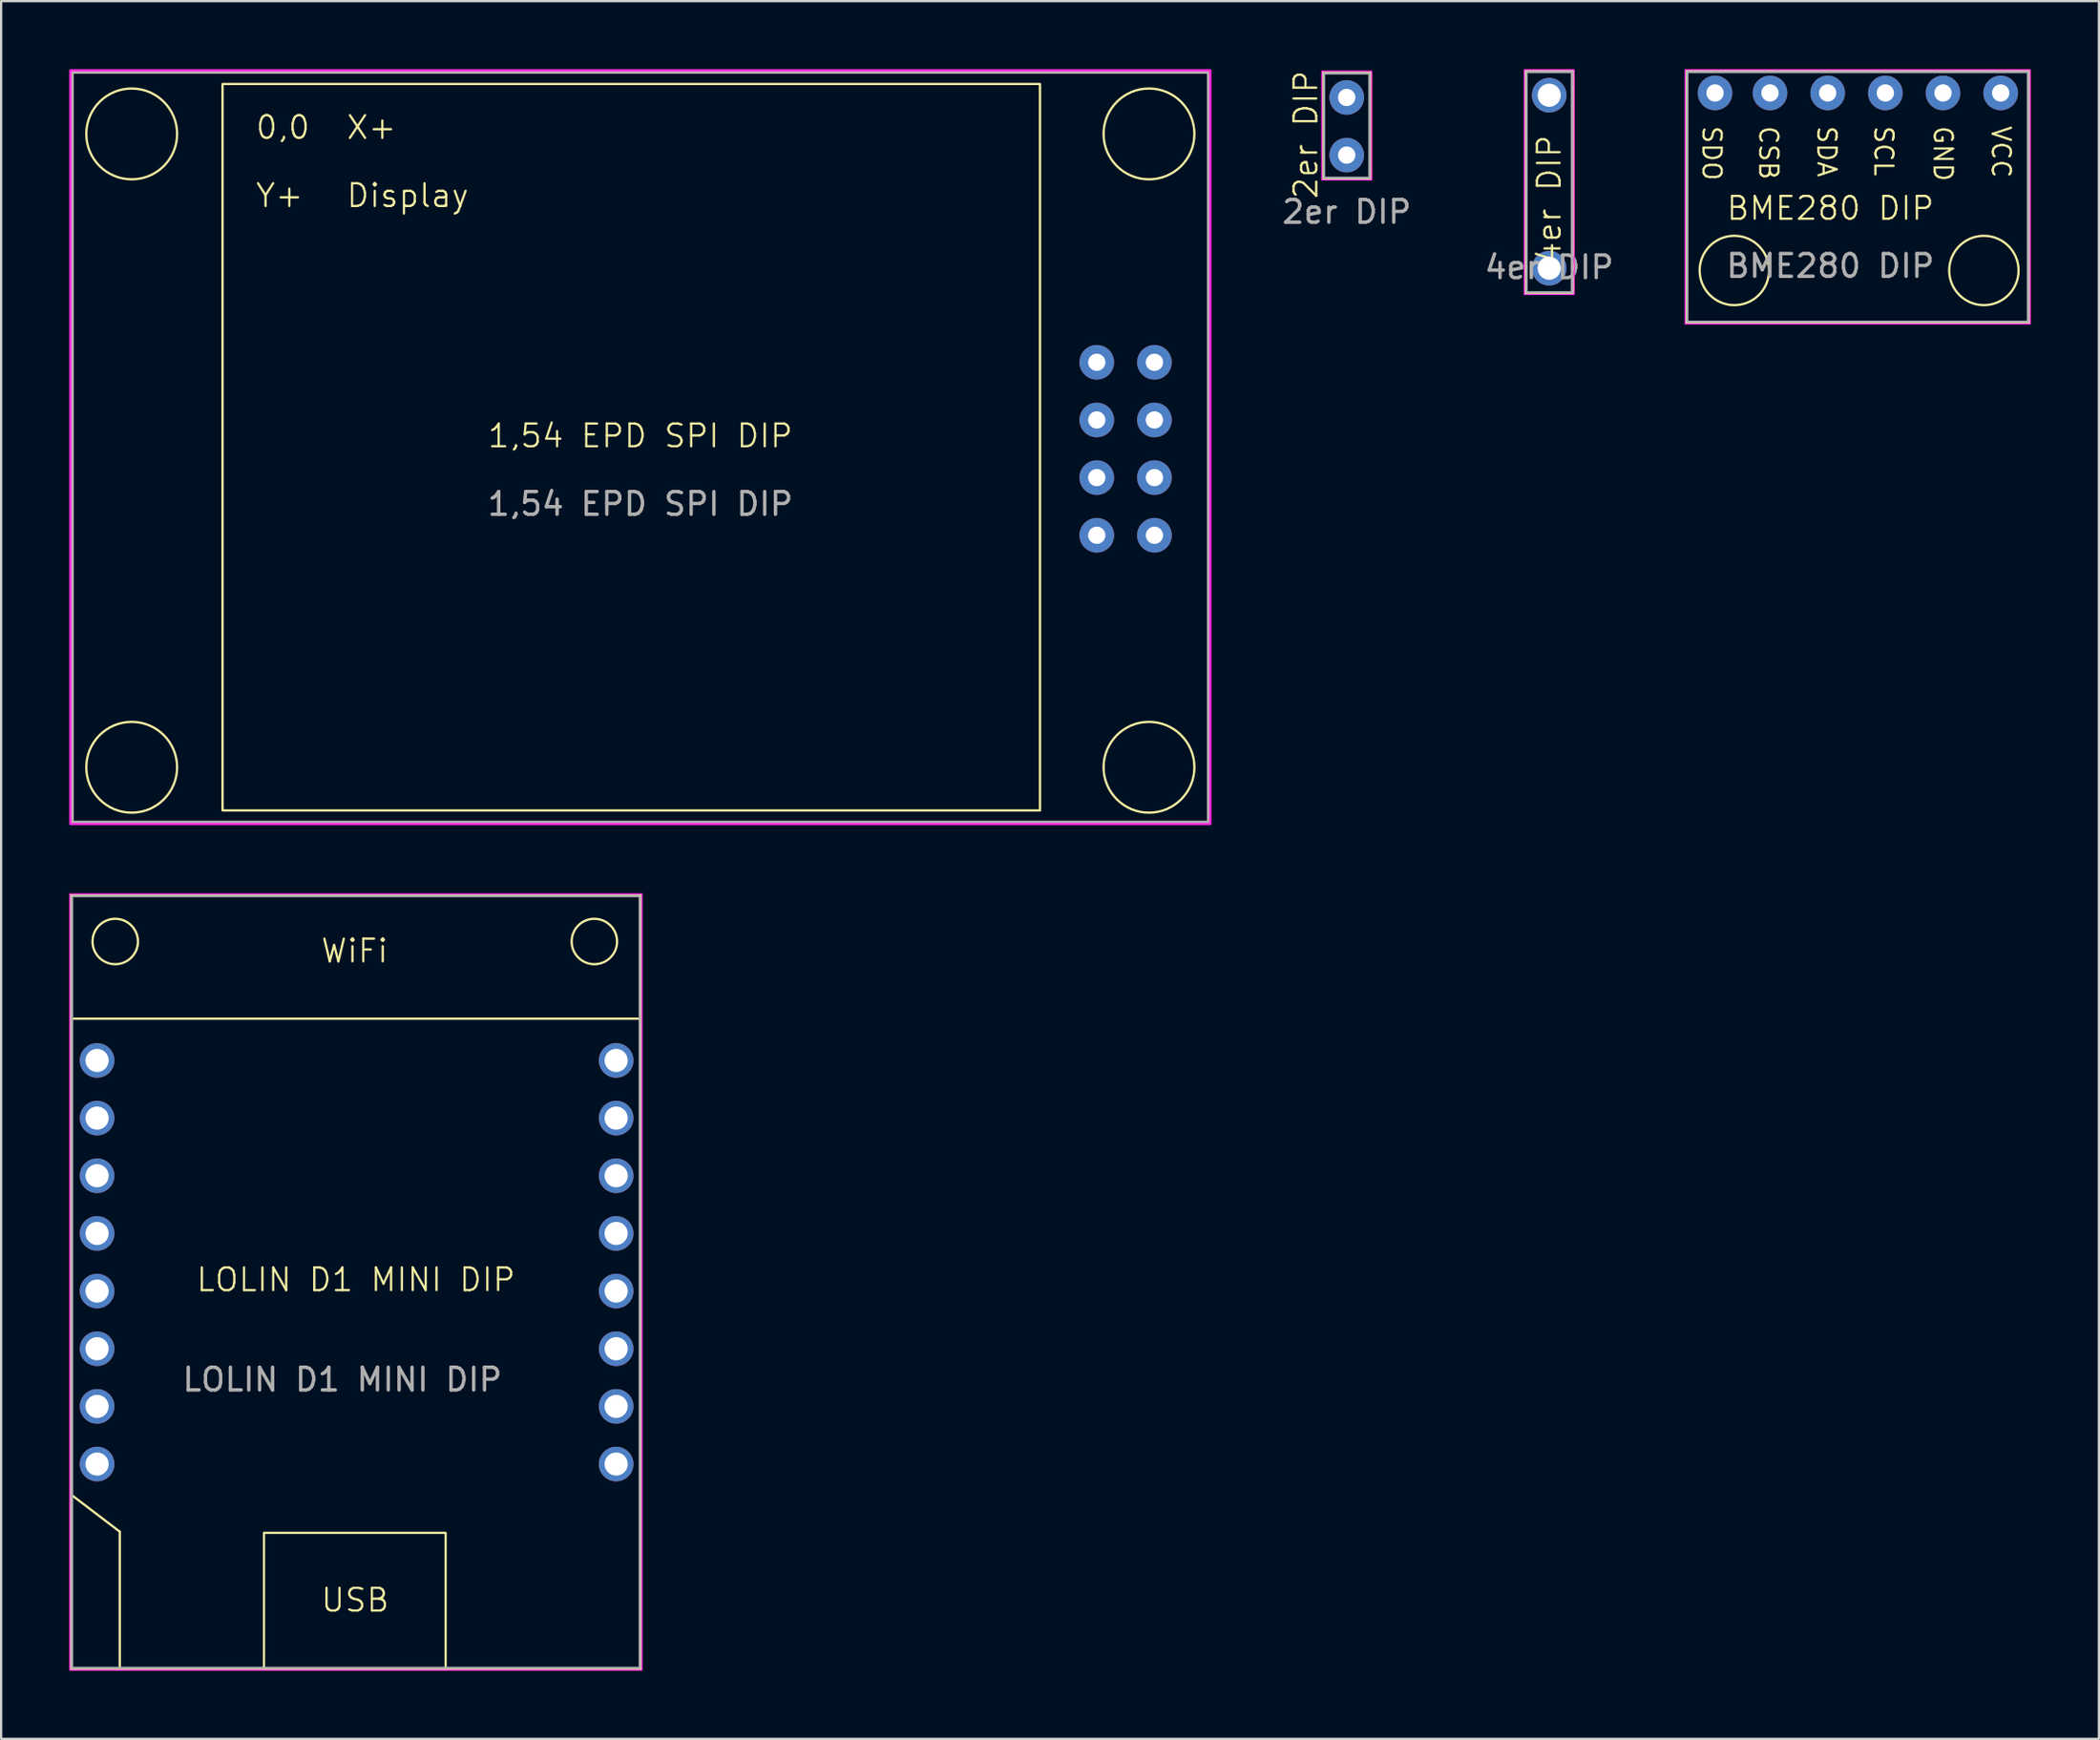
<source format=kicad_pcb>
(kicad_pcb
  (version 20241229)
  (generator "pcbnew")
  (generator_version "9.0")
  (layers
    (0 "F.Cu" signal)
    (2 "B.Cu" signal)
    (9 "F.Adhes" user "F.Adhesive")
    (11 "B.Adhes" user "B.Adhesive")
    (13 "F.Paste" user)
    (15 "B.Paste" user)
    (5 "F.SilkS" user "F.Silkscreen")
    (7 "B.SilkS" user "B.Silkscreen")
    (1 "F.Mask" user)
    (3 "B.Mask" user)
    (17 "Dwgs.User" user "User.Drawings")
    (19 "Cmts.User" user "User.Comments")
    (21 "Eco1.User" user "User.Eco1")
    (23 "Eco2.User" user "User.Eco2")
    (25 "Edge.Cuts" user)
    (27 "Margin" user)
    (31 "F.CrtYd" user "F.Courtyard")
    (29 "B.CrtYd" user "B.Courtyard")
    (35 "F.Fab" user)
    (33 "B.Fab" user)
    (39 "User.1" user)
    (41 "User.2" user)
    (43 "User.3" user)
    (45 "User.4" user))
  (footprint "BME280 DIP"
    (layer "F.Cu")
    (at 77.558 6.125)
    (property "Reference" "BME280 DIP" (at 0 0 0) (unlocked yes) (layer "F.SilkS") (effects (font (size 1 1) (thickness 0.1))))
    (attr through_hole)
    (fp_rect (start -6.35 -6.05) (end 8.75 5.05) (stroke (width 0.1) (type default)) (fill no) (layer "F.SilkS"))
    (fp_circle (center -4.23 2.74) (end -3.16 3.83) (stroke (width 0.1) (type default)) (fill no) (layer "F.SilkS"))
    (fp_circle (center 6.76 2.74) (end 8.287 2.74) (stroke (width 0.1) (type default)) (fill no) (layer "F.SilkS"))
    (fp_rect (start -6.4 -6.1) (end 8.8 5.1) (stroke (width 0.05) (type default)) (fill no) (layer "F.CrtYd"))
    (fp_rect (start -6.3 -6) (end 8.7 5) (stroke (width 0.1) (type default)) (fill no) (layer "F.Fab"))
    (fp_text user "SCL" (at 1.88 -3.69 270) (unlocked yes) (layer "F.SilkS") (effects (font (size 0.8 0.8) (thickness 0.1)) (justify left bottom)))
    (fp_text user "GND" (at 4.49 -3.69 270) (unlocked yes) (layer "F.SilkS") (effects (font (size 0.8 0.8) (thickness 0.1)) (justify left bottom)))
    (fp_text user "SDA" (at -0.63 -3.69 270) (unlocked yes) (layer "F.SilkS") (effects (font (size 0.8 0.8) (thickness 0.1)) (justify left bottom)))
    (fp_text user "VCC" (at 7.05 -3.69 270) (unlocked yes) (layer "F.SilkS") (effects (font (size 0.8 0.8) (thickness 0.1)) (justify left bottom)))
    (fp_text user "SDO" (at -5.69 -3.69 270) (unlocked yes) (layer "F.SilkS") (effects (font (size 0.8 0.8) (thickness 0.1)) (justify left bottom)))
    (fp_text user "CSB" (at -3.19 -3.69 270) (unlocked yes) (layer "F.SilkS") (effects (font (size 0.8 0.8) (thickness 0.1)) (justify left bottom)))
    (fp_text user "${REFERENCE}" (at 0 2.54 0) (unlocked yes) (layer "F.Fab") (effects (font (size 1 1) (thickness 0.15))))
    (pad "1" thru_hole circle (at 7.5 -5.08) (size 1.524 1.524) (drill 0.762) (layers "*.Cu" "*.Mask"))
    (pad "2" thru_hole circle (at 4.96 -5.08) (size 1.524 1.524) (drill 0.762) (layers "*.Cu" "*.Mask"))
    (pad "3" thru_hole circle (at 2.42 -5.08) (size 1.524 1.524) (drill 0.762) (layers "*.Cu" "*.Mask"))
    (pad "4" thru_hole circle (at -0.12 -5.08) (size 1.524 1.524) (drill 0.762) (layers "*.Cu" "*.Mask"))
    (pad "5" thru_hole circle (at -2.66 -5.08) (size 1.524 1.524) (drill 0.762) (layers "*.Cu" "*.Mask"))
    (pad "6" thru_hole circle (at -5.08 -5.08) (size 1.524 1.524) (drill 0.762) (layers "*.Cu" "*.Mask")))
  (footprint "2er DIP"
    (layer "F.Cu")
    (at 56.258 3.783)
    (property "Reference" "2er DIP" (at -1.8 -0.9 90) (unlocked yes) (layer "F.SilkS") (effects (font (size 1 1) (thickness 0.1))))
    (attr through_hole)
    (fp_rect (start -1.05 -3.65) (end 1.05 1.05) (stroke (width 0.1) (type default)) (fill no) (layer "F.SilkS"))
    (fp_rect (start -1.1 -3.7) (end 1.1 1.1) (stroke (width 0.05) (type default)) (fill no) (layer "F.CrtYd"))
    (fp_rect (start -1 -3.6) (end 1 1) (stroke (width 0.1) (type default)) (fill no) (layer "F.Fab"))
    (fp_text user "${REFERENCE}" (at 0 2.5 0) (unlocked yes) (layer "F.Fab") (effects (font (size 1 1) (thickness 0.15))))
    (pad "1" thru_hole circle (at 0 -2.54) (size 1.524 1.524) (drill 0.762) (layers "*.Cu" "*.Mask"))
    (pad "2" thru_hole circle (at 0 0) (size 1.524 1.524) (drill 0.762) (layers "*.Cu" "*.Mask")))
  (footprint "4er DIP"
    (layer "F.Cu")
    (at 65.175 6.225)
    (property "Reference" "4er DIP" (at 0 -0.5 90) (unlocked yes) (layer "F.SilkS") (effects (font (size 1 1) (thickness 0.1))))
    (attr through_hole)
    (fp_rect (start -1.05 -6.15) (end 1.05 3.65) (stroke (width 0.1) (type default)) (fill no) (layer "F.SilkS"))
    (fp_rect (start -1.1 -6.2) (end 1.1 3.7) (stroke (width 0.05) (type default)) (fill no) (layer "F.CrtYd"))
    (fp_rect (start -1 -6.1) (end 1 3.6) (stroke (width 0.1) (type default)) (fill no) (layer "F.Fab"))
    (fp_text user "${REFERENCE}" (at 0 2.5 0) (unlocked yes) (layer "F.Fab") (effects (font (size 1 1) (thickness 0.15))))
    (pad "1" thru_hole circle (at 0 -5.08) (size 1.524 1.524) (drill 1.02) (layers "*.Cu" "*.Mask"))
    (pad "2" thru_hole circle (at 0 2.54) (size 1.524 1.524) (drill 1.02) (layers "*.Cu" "*.Mask")))
  (footprint "LOLIN D1 MINI DIP"
    (layer "F.Cu")
    (at 13.925 53.825)
    (property "Reference" "LOLIN D1 MINI DIP" (at -1.3 -0.5 0) (unlocked yes) (layer "F.SilkS") (effects (font (size 1 1) (thickness 0.1))))
    (attr through_hole)
    (fp_line (start -13.8 -12) (end 11.2 -12) (stroke (width 0.1) (type default)) (layer "F.SilkS"))
    (fp_line (start -13.8 9) (end -11.7 10.6) (stroke (width 0.1) (type default)) (layer "F.SilkS"))
    (fp_line (start -11.7 10.6) (end -11.7 16.6) (stroke (width 0.1) (type default)) (layer "F.SilkS"))
    (fp_rect (start -13.85 -17.45) (end 11.25 16.65) (stroke (width 0.1) (type default)) (fill no) (layer "F.SilkS"))
    (fp_rect (start -5.35 10.65) (end 2.65 16.65) (stroke (width 0.1) (type default)) (fill no) (layer "F.SilkS"))
    (fp_circle (center -11.9 -15.4) (end -10.9 -15.4) (stroke (width 0.1) (type default)) (fill no) (layer "F.SilkS"))
    (fp_circle (center 9.2 -15.4) (end 10.2 -15.4) (stroke (width 0.1) (type default)) (fill no) (layer "F.SilkS"))
    (fp_rect (start -13.9 -17.5) (end 11.3 16.7) (stroke (width 0.05) (type default)) (fill no) (layer "F.CrtYd"))
    (fp_rect (start -13.8 -17.4) (end 11.2 16.6) (stroke (width 0.1) (type default)) (fill no) (layer "F.Fab"))
    (fp_text user "USB" (at -2.9 14.2 0) (unlocked yes) (layer "F.SilkS") (effects (font (size 1 1) (thickness 0.1)) (justify left bottom)))
    (fp_text user "WiFi" (at -2.9 -14.4 0) (unlocked yes) (layer "F.SilkS") (effects (font (size 1 1) (thickness 0.1)) (justify left bottom)))
    (fp_text user "${REFERENCE}" (at -1.9 3.9 0) (unlocked yes) (layer "F.Fab") (effects (font (size 1 1) (thickness 0.15))))
    (pad "1" thru_hole circle (at 10.16 -10.16) (size 1.524 1.524) (drill 1.02) (layers "*.Cu" "*.Mask"))
    (pad "2" thru_hole circle (at 10.16 -7.62) (size 1.524 1.524) (drill 1.02) (layers "*.Cu" "*.Mask"))
    (pad "3" thru_hole circle (at 10.16 -5.08) (size 1.524 1.524) (drill 1.02) (layers "*.Cu" "*.Mask"))
    (pad "4" thru_hole circle (at 10.16 -2.54) (size 1.524 1.524) (drill 1.02) (layers "*.Cu" "*.Mask"))
    (pad "5" thru_hole circle (at 10.16 0) (size 1.524 1.524) (drill 1.02) (layers "*.Cu" "*.Mask"))
    (pad "6" thru_hole circle (at 10.16 2.54) (size 1.524 1.524) (drill 1.02) (layers "*.Cu" "*.Mask"))
    (pad "7" thru_hole circle (at 10.16 5.08) (size 1.524 1.524) (drill 1.02) (layers "*.Cu" "*.Mask"))
    (pad "8" thru_hole circle (at 10.16 7.62) (size 1.524 1.524) (drill 1.02) (layers "*.Cu" "*.Mask"))
    (pad "9" thru_hole circle (at -12.7 7.62) (size 1.524 1.524) (drill 1.02) (layers "*.Cu" "*.Mask"))
    (pad "10" thru_hole circle (at -12.7 5.08) (size 1.524 1.524) (drill 1.02) (layers "*.Cu" "*.Mask"))
    (pad "11" thru_hole circle (at -12.7 2.54) (size 1.524 1.524) (drill 1.02) (layers "*.Cu" "*.Mask"))
    (pad "12" thru_hole circle (at -12.7 0) (size 1.524 1.524) (drill 1.02) (layers "*.Cu" "*.Mask"))
    (pad "13" thru_hole circle (at -12.7 -2.54) (size 1.524 1.524) (drill 1.02) (layers "*.Cu" "*.Mask"))
    (pad "14" thru_hole circle (at -12.7 -5.08) (size 1.524 1.524) (drill 1.02) (layers "*.Cu" "*.Mask"))
    (pad "15" thru_hole circle (at -12.7 -7.62) (size 1.524 1.524) (drill 1.02) (layers "*.Cu" "*.Mask"))
    (pad "16" thru_hole circle (at -12.7 -10.16) (size 1.524 1.524) (drill 1.02) (layers "*.Cu" "*.Mask")))
  (footprint "1,54 EPD SPI DIP"
    (layer "F.Cu")
    (at 25.15 16.65)
    (property "Reference" "1,54 EPD SPI DIP" (at 0 -0.5 0) (unlocked yes) (layer "F.SilkS") (effects (font (size 1 1) (thickness 0.1))))
    (attr through_hole)
    (fp_rect (start -25.05 -16.55) (end 25.05 16.55) (stroke (width 0.1) (type default)) (fill no) (layer "F.SilkS"))
    (fp_rect (start -18.4 -16) (end 17.6 16) (stroke (width 0.1) (type default)) (fill no) (layer "F.SilkS"))
    (fp_circle (center -22.4 -13.8) (end -20.4 -13.8) (stroke (width 0.1) (type default)) (fill no) (layer "F.SilkS"))
    (fp_circle (center -22.4 14.1) (end -20.4 14.1) (stroke (width 0.1) (type default)) (fill no) (layer "F.SilkS"))
    (fp_circle (center 22.4 -13.8) (end 24.4 -13.8) (stroke (width 0.1) (type default)) (fill no) (layer "F.SilkS"))
    (fp_circle (center 22.4 14.1) (end 24.4 14.1) (stroke (width 0.1) (type default)) (fill no) (layer "F.SilkS"))
    (fp_rect (start -25.1 -16.6) (end 25.1 16.6) (stroke (width 0.1) (type default)) (fill no) (layer "F.CrtYd"))
    (fp_rect (start -25 -16.5) (end 25 16.5) (stroke (width 0.1) (type default)) (fill no) (layer "F.Fab"))
    (fp_text user "Y+" (at -17 -10.5 0) (unlocked yes) (layer "F.SilkS") (effects (font (size 1 1) (thickness 0.1)) (justify left bottom)))
    (fp_text user "X+" (at -13 -13.5 0) (unlocked yes) (layer "F.SilkS") (effects (font (size 1 1) (thickness 0.1)) (justify left bottom)))
    (fp_text user "Display" (at -13 -10.5 0) (unlocked yes) (layer "F.SilkS") (effects (font (size 1 1) (thickness 0.1)) (justify left bottom)))
    (fp_text user "0,0" (at -17 -13.5 0) (unlocked yes) (layer "F.SilkS") (effects (font (size 1 1) (thickness 0.1)) (justify left bottom)))
    (fp_text user "${REFERENCE}" (at 0 2.5 0) (unlocked yes) (layer "F.Fab") (effects (font (size 1 1) (thickness 0.15))))
    (pad "1" thru_hole circle (at 22.64 -3.74) (size 1.524 1.524) (drill 0.762) (layers "*.Cu" "*.Mask"))
    (pad "2" thru_hole circle (at 20.1 -3.74) (size 1.524 1.524) (drill 0.762) (layers "*.Cu" "*.Mask"))
    (pad "3" thru_hole circle (at 22.64 -1.2) (size 1.524 1.524) (drill 0.762) (layers "*.Cu" "*.Mask"))
    (pad "4" thru_hole circle (at 20.1 -1.2) (size 1.524 1.524) (drill 0.762) (layers "*.Cu" "*.Mask"))
    (pad "5" thru_hole circle (at 22.64 1.34) (size 1.524 1.524) (drill 0.762) (layers "*.Cu" "*.Mask"))
    (pad "6" thru_hole circle (at 20.1 1.34) (size 1.524 1.524) (drill 0.762) (layers "*.Cu" "*.Mask"))
    (pad "7" thru_hole circle (at 22.64 3.88) (size 1.524 1.524) (drill 0.762) (layers "*.Cu" "*.Mask"))
    (pad "8" thru_hole circle (at 20.1 3.88) (size 1.524 1.524) (drill 0.762) (layers "*.Cu" "*.Mask")))
  (gr_rect
    (start -3 -3)
    (end 89.383 73.55)
    (stroke (width 0.1) (type default))
    (fill no)
    (layer "Edge.Cuts")))
</source>
